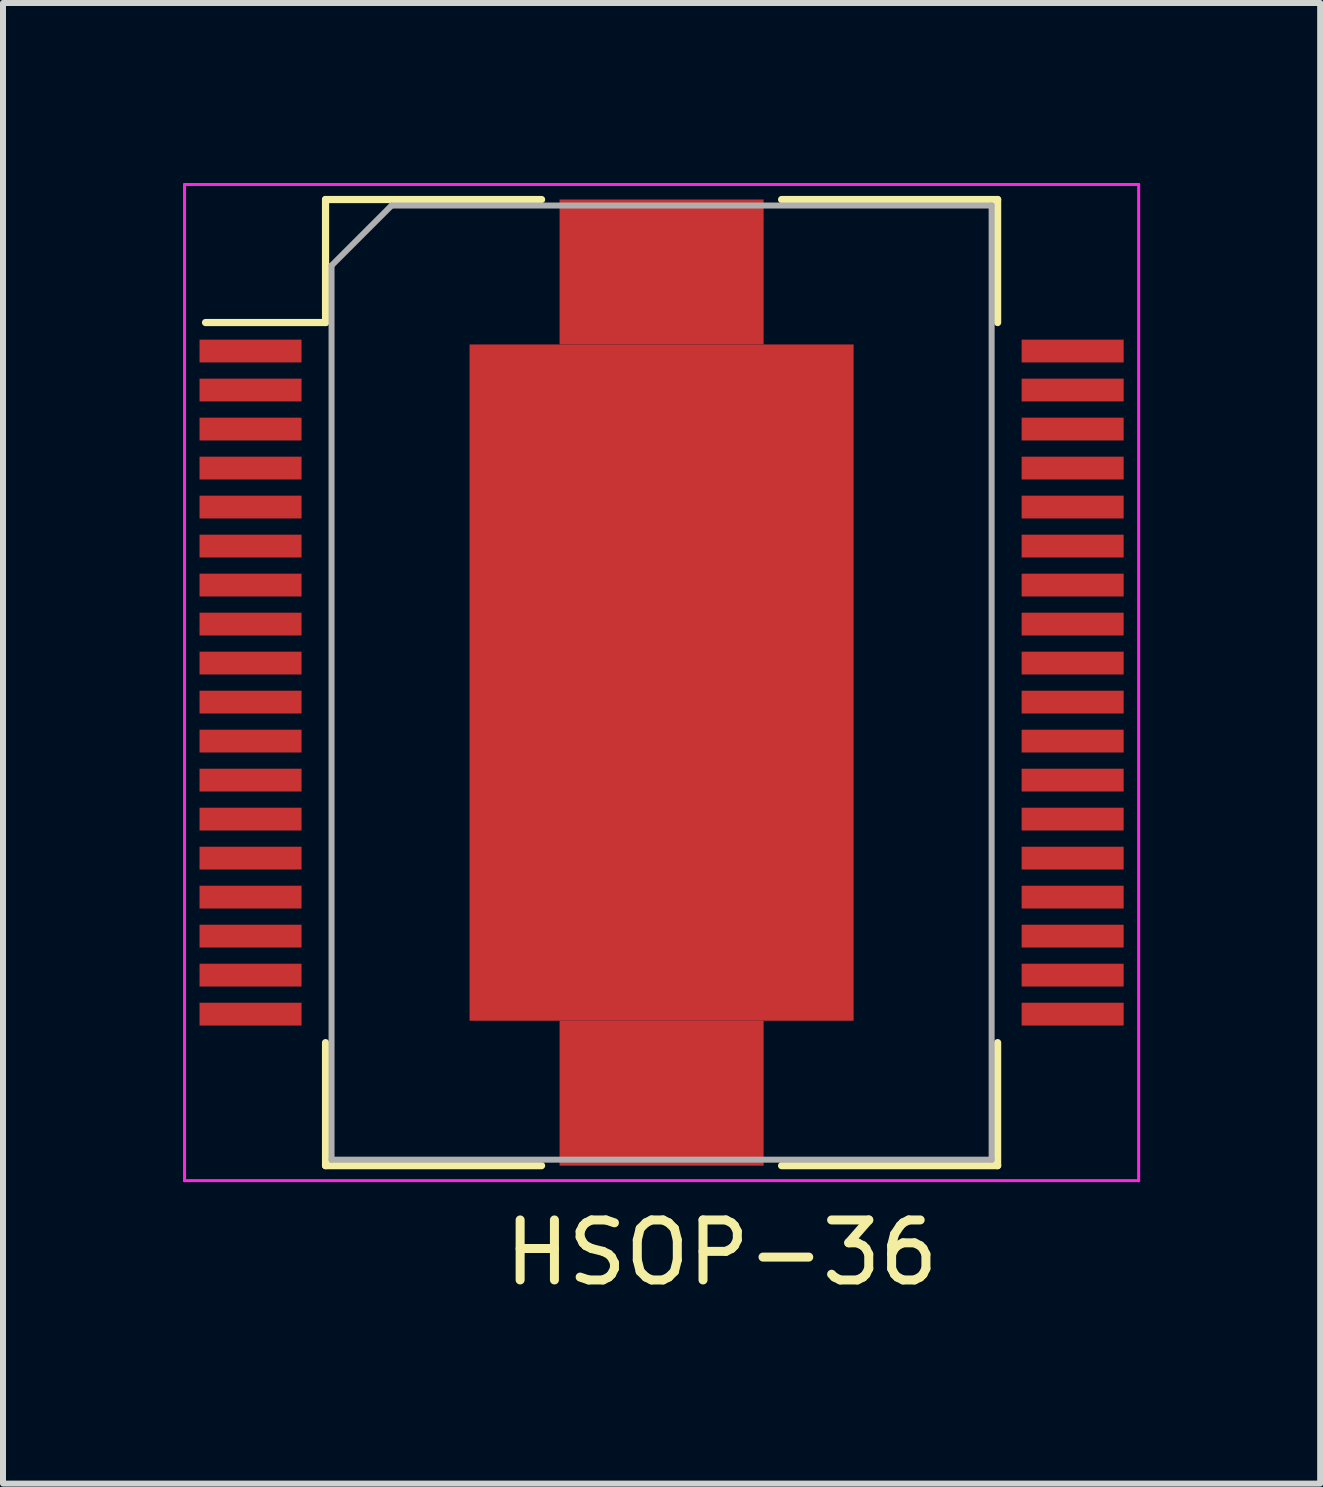
<source format=kicad_pcb>
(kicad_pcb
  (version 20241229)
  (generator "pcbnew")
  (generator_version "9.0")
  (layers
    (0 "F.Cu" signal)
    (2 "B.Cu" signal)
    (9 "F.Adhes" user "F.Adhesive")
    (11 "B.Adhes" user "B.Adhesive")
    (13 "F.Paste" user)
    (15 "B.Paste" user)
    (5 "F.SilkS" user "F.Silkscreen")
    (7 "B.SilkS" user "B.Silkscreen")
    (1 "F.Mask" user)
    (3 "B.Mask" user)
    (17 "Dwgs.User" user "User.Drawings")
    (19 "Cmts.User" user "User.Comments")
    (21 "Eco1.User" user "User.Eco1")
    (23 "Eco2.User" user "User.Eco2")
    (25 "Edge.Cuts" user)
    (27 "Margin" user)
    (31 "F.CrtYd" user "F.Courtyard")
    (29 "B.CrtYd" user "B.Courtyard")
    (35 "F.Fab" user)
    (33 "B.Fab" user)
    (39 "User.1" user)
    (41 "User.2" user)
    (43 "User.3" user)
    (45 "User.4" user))
  (footprint "HSOP-36"
    (layer "F.Cu")
    (at 7.975 8.325)
    (property "Reference" "HSOP-36" (at 1 9.5 0) (unlocked yes) (layer "F.SilkS") (effects (font (size 1 1) (thickness 0.15))))
    (attr smd)
    (fp_line (start -5.6 -8.05) (end -5.6 -6) (stroke (width 0.12) (type solid)) (layer "F.SilkS"))
    (fp_line (start -5.6 -6) (end -7.6 -6) (stroke (width 0.12) (type solid)) (layer "F.SilkS"))
    (fp_line (start -5.6 8.05) (end -5.6 6) (stroke (width 0.12) (type solid)) (layer "F.SilkS"))
    (fp_line (start -2 -8.05) (end -5.6 -8.05) (stroke (width 0.12) (type solid)) (layer "F.SilkS"))
    (fp_line (start -2 8.05) (end -5.6 8.05) (stroke (width 0.12) (type solid)) (layer "F.SilkS"))
    (fp_line (start 5.6 -8.05) (end 2 -8.05) (stroke (width 0.12) (type solid)) (layer "F.SilkS"))
    (fp_line (start 5.6 -8.05) (end 5.6 -6) (stroke (width 0.12) (type solid)) (layer "F.SilkS"))
    (fp_line (start 5.6 8.05) (end 2 8.05) (stroke (width 0.12) (type solid)) (layer "F.SilkS"))
    (fp_line (start 5.6 8.05) (end 5.6 6) (stroke (width 0.12) (type solid)) (layer "F.SilkS"))
    (fp_line (start -7.95 -8.3) (end -7.95 8.3) (stroke (width 0.05) (type solid)) (layer "F.CrtYd"))
    (fp_line (start -7.95 -8.3) (end 7.95 -8.3) (stroke (width 0.05) (type solid)) (layer "F.CrtYd"))
    (fp_line (start 7.95 8.3) (end -7.95 8.3) (stroke (width 0.05) (type solid)) (layer "F.CrtYd"))
    (fp_line (start 7.95 8.3) (end 7.95 -8.3) (stroke (width 0.05) (type solid)) (layer "F.CrtYd"))
    (fp_line (start -5.5 -6.95) (end -5.5 7.95) (stroke (width 0.1) (type solid)) (layer "F.Fab"))
    (fp_line (start -5.5 7.95) (end 5.5 7.95) (stroke (width 0.1) (type solid)) (layer "F.Fab"))
    (fp_line (start -4.5 -7.95) (end -5.5 -6.95) (stroke (width 0.1) (type solid)) (layer "F.Fab"))
    (fp_line (start 5.5 -7.95) (end -4.5 -7.95) (stroke (width 0.1) (type solid)) (layer "F.Fab"))
    (fp_line (start 5.5 7.95) (end 5.5 -7.95) (stroke (width 0.1) (type solid)) (layer "F.Fab"))
    (pad "1" smd rect (at -6.85 -5.525) (size 1.7 0.38) (layers "F.Cu" "F.Mask" "F.Paste"))
    (pad "2" smd rect (at -6.85 -4.875) (size 1.7 0.38) (layers "F.Cu" "F.Mask" "F.Paste"))
    (pad "3" smd rect (at -6.85 -4.225) (size 1.7 0.38) (layers "F.Cu" "F.Mask" "F.Paste"))
    (pad "4" smd rect (at -6.85 -3.575) (size 1.7 0.38) (layers "F.Cu" "F.Mask" "F.Paste"))
    (pad "5" smd rect (at -6.85 -2.925) (size 1.7 0.38) (layers "F.Cu" "F.Mask" "F.Paste"))
    (pad "6" smd rect (at -6.85 -2.275) (size 1.7 0.38) (layers "F.Cu" "F.Mask" "F.Paste"))
    (pad "7" smd rect (at -6.85 -1.625) (size 1.7 0.38) (layers "F.Cu" "F.Mask" "F.Paste"))
    (pad "8" smd rect (at -6.85 -0.975) (size 1.7 0.38) (layers "F.Cu" "F.Mask" "F.Paste"))
    (pad "9" smd rect (at -6.85 -0.325) (size 1.7 0.38) (layers "F.Cu" "F.Mask" "F.Paste"))
    (pad "10" smd rect (at -6.85 0.325) (size 1.7 0.38) (layers "F.Cu" "F.Mask" "F.Paste"))
    (pad "11" smd rect (at -6.85 0.975) (size 1.7 0.38) (layers "F.Cu" "F.Mask" "F.Paste"))
    (pad "12" smd rect (at -6.85 1.625) (size 1.7 0.38) (layers "F.Cu" "F.Mask" "F.Paste"))
    (pad "13" smd rect (at -6.85 2.275) (size 1.7 0.38) (layers "F.Cu" "F.Mask" "F.Paste"))
    (pad "14" smd rect (at -6.85 2.925) (size 1.7 0.38) (layers "F.Cu" "F.Mask" "F.Paste"))
    (pad "15" smd rect (at -6.85 3.575) (size 1.7 0.38) (layers "F.Cu" "F.Mask" "F.Paste"))
    (pad "16" smd rect (at -6.85 4.225) (size 1.7 0.38) (layers "F.Cu" "F.Mask" "F.Paste"))
    (pad "17" smd rect (at -6.85 4.875) (size 1.7 0.38) (layers "F.Cu" "F.Mask" "F.Paste"))
    (pad "18" smd rect (at -6.85 5.525) (size 1.7 0.38) (layers "F.Cu" "F.Mask" "F.Paste"))
    (pad "19" smd rect (at 6.85 5.525) (size 1.7 0.38) (layers "F.Cu" "F.Mask" "F.Paste"))
    (pad "20" smd rect (at 6.85 4.875) (size 1.7 0.38) (layers "F.Cu" "F.Mask" "F.Paste"))
    (pad "21" smd rect (at 6.85 4.225) (size 1.7 0.38) (layers "F.Cu" "F.Mask" "F.Paste"))
    (pad "22" smd rect (at 6.85 3.575) (size 1.7 0.38) (layers "F.Cu" "F.Mask" "F.Paste"))
    (pad "23" smd rect (at 6.85 2.925) (size 1.7 0.38) (layers "F.Cu" "F.Mask" "F.Paste"))
    (pad "24" smd rect (at 6.85 2.275) (size 1.7 0.38) (layers "F.Cu" "F.Mask" "F.Paste"))
    (pad "25" smd rect (at 6.85 1.625) (size 1.7 0.38) (layers "F.Cu" "F.Mask" "F.Paste"))
    (pad "26" smd rect (at 6.85 0.975) (size 1.7 0.38) (layers "F.Cu" "F.Mask" "F.Paste"))
    (pad "27" smd rect (at 6.85 0.325) (size 1.7 0.38) (layers "F.Cu" "F.Mask" "F.Paste"))
    (pad "28" smd rect (at 6.85 -0.325) (size 1.7 0.38) (layers "F.Cu" "F.Mask" "F.Paste"))
    (pad "29" smd rect (at 6.85 -0.975) (size 1.7 0.38) (layers "F.Cu" "F.Mask" "F.Paste"))
    (pad "30" smd rect (at 6.85 -1.625) (size 1.7 0.38) (layers "F.Cu" "F.Mask" "F.Paste"))
    (pad "31" smd rect (at 6.85 -2.275) (size 1.7 0.38) (layers "F.Cu" "F.Mask" "F.Paste"))
    (pad "32" smd rect (at 6.85 -2.925) (size 1.7 0.38) (layers "F.Cu" "F.Mask" "F.Paste"))
    (pad "33" smd rect (at 6.85 -3.575) (size 1.7 0.38) (layers "F.Cu" "F.Mask" "F.Paste"))
    (pad "34" smd rect (at 6.85 -4.225) (size 1.7 0.38) (layers "F.Cu" "F.Mask" "F.Paste"))
    (pad "35" smd rect (at 6.85 -4.875) (size 1.7 0.38) (layers "F.Cu" "F.Mask" "F.Paste"))
    (pad "36" smd rect (at 6.85 -5.525) (size 1.7 0.38) (layers "F.Cu" "F.Mask" "F.Paste"))
    (pad "37" smd rect (at 0 -6.843) (size 3.4 2.415) (layers "F.Cu" "F.Mask" "F.Paste"))
    (pad "37" smd rect (at 0 0) (size 6.4 11.27) (layers "F.Cu" "F.Mask" "F.Paste"))
    (pad "37" smd rect (at 0 6.843) (size 3.4 2.415) (layers "F.Cu" "F.Mask" "F.Paste")))
  (gr_rect
    (start -3 -3)
    (end 18.95 21.673)
    (stroke (width 0.1) (type default))
    (fill no)
    (layer "Edge.Cuts")))
</source>
